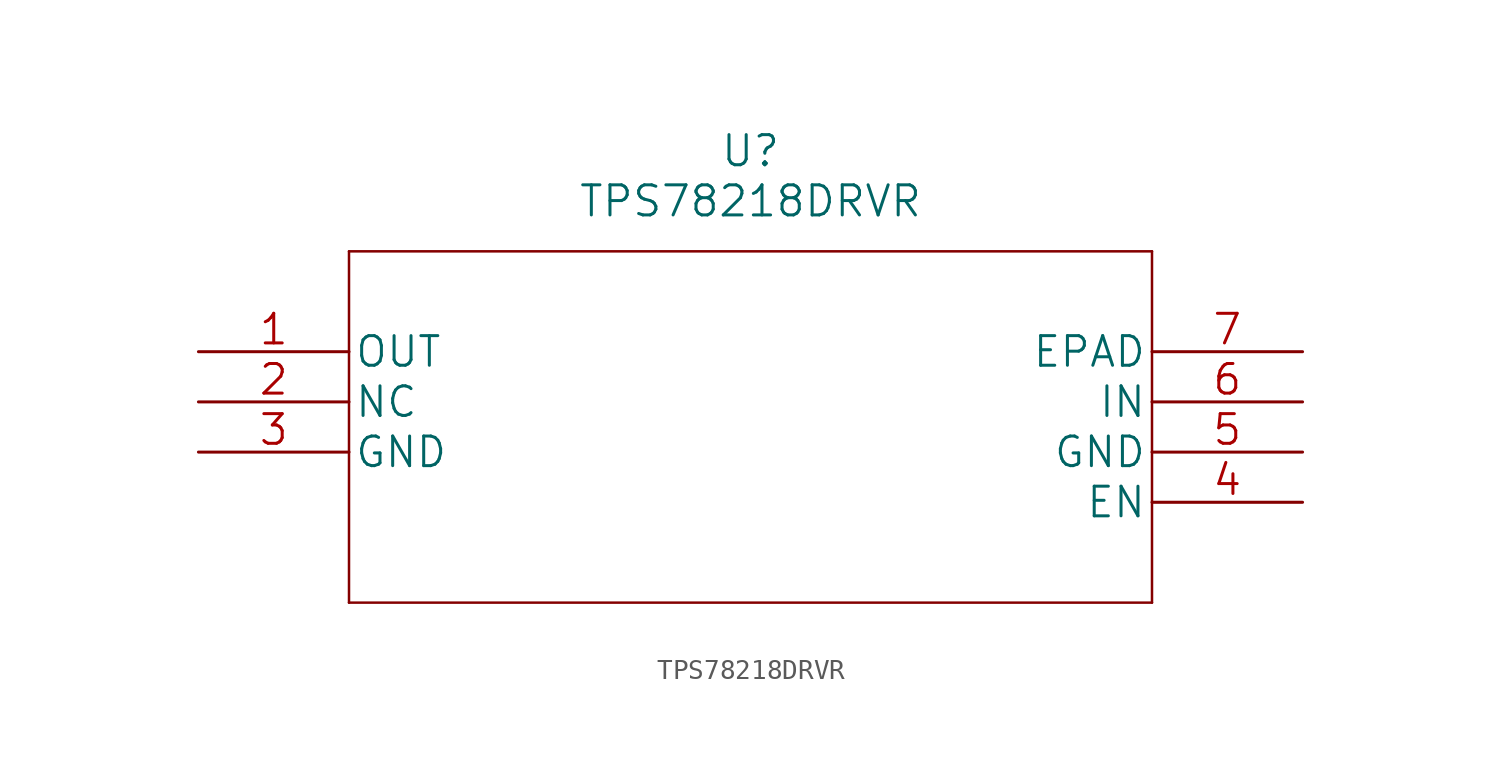
<source format=kicad_sym>
(kicad_symbol_lib
  (version 20220914)
  (generator kicad_symbol_editor)
  (symbol "TPS78218DRVR"
    (pin_names
      (offset 0.254))
    (property "Reference" "U"
      (at 27.94 10.16 0)
      (effects (font (size 1.524 1.524))))
    (property "Value" "TPS78218DRVR"
      (at 27.94 7.62 0)
      (effects (font (size 1.524 1.524))))
    (property "Datasheet" ""
      (at 0 0 0)
      (effects (font (size 1.524 1.524))))
    (property "ki_locked" ""
      (at 0 0 0)
      (effects (font (size 1.27 1.27))))
    (symbol "TPS78218DRVR_1_1"
      (polyline (pts (xy 7.62 -12.7) (xy 48.26 -12.7)) (stroke (width 0.127) (type solid)) (fill (type none)))
      (polyline (pts (xy 7.62 5.08) (xy 7.62 -12.7)) (stroke (width 0.127) (type solid)) (fill (type none)))
      (polyline (pts (xy 48.26 -12.7) (xy 48.26 5.08)) (stroke (width 0.127) (type solid)) (fill (type none)))
      (polyline (pts (xy 48.26 5.08) (xy 7.62 5.08)) (stroke (width 0.127) (type solid)) (fill (type none)))
      (pin output line (at 0 0 0) (length 7.62) (name "OUT" (effects (font (size 1.499 1.499)))) (number "1" (effects (font (size 1.499 1.499)))))
      (pin unspecified line (at 0 -2.54 0) (length 7.62) (name "NC" (effects (font (size 1.499 1.499)))) (number "2" (effects (font (size 1.499 1.499)))))
      (pin power_in line (at 0 -5.08 0) (length 7.62) (name "GND" (effects (font (size 1.499 1.499)))) (number "3" (effects (font (size 1.499 1.499)))))
      (pin unspecified line (at 55.88 -7.62 180) (length 7.62) (name "EN" (effects (font (size 1.499 1.499)))) (number "4" (effects (font (size 1.499 1.499)))))
      (pin power_in line (at 55.88 -5.08 180) (length 7.62) (name "GND" (effects (font (size 1.499 1.499)))) (number "5" (effects (font (size 1.499 1.499)))))
      (pin input line (at 55.88 -2.54 180) (length 7.62) (name "IN" (effects (font (size 1.499 1.499)))) (number "6" (effects (font (size 1.499 1.499)))))
      (pin unspecified line (at 55.88 0 180) (length 7.62) (name "EPAD" (effects (font (size 1.499 1.499)))) (number "7" (effects (font (size 1.499 1.499))))))))
</source>
